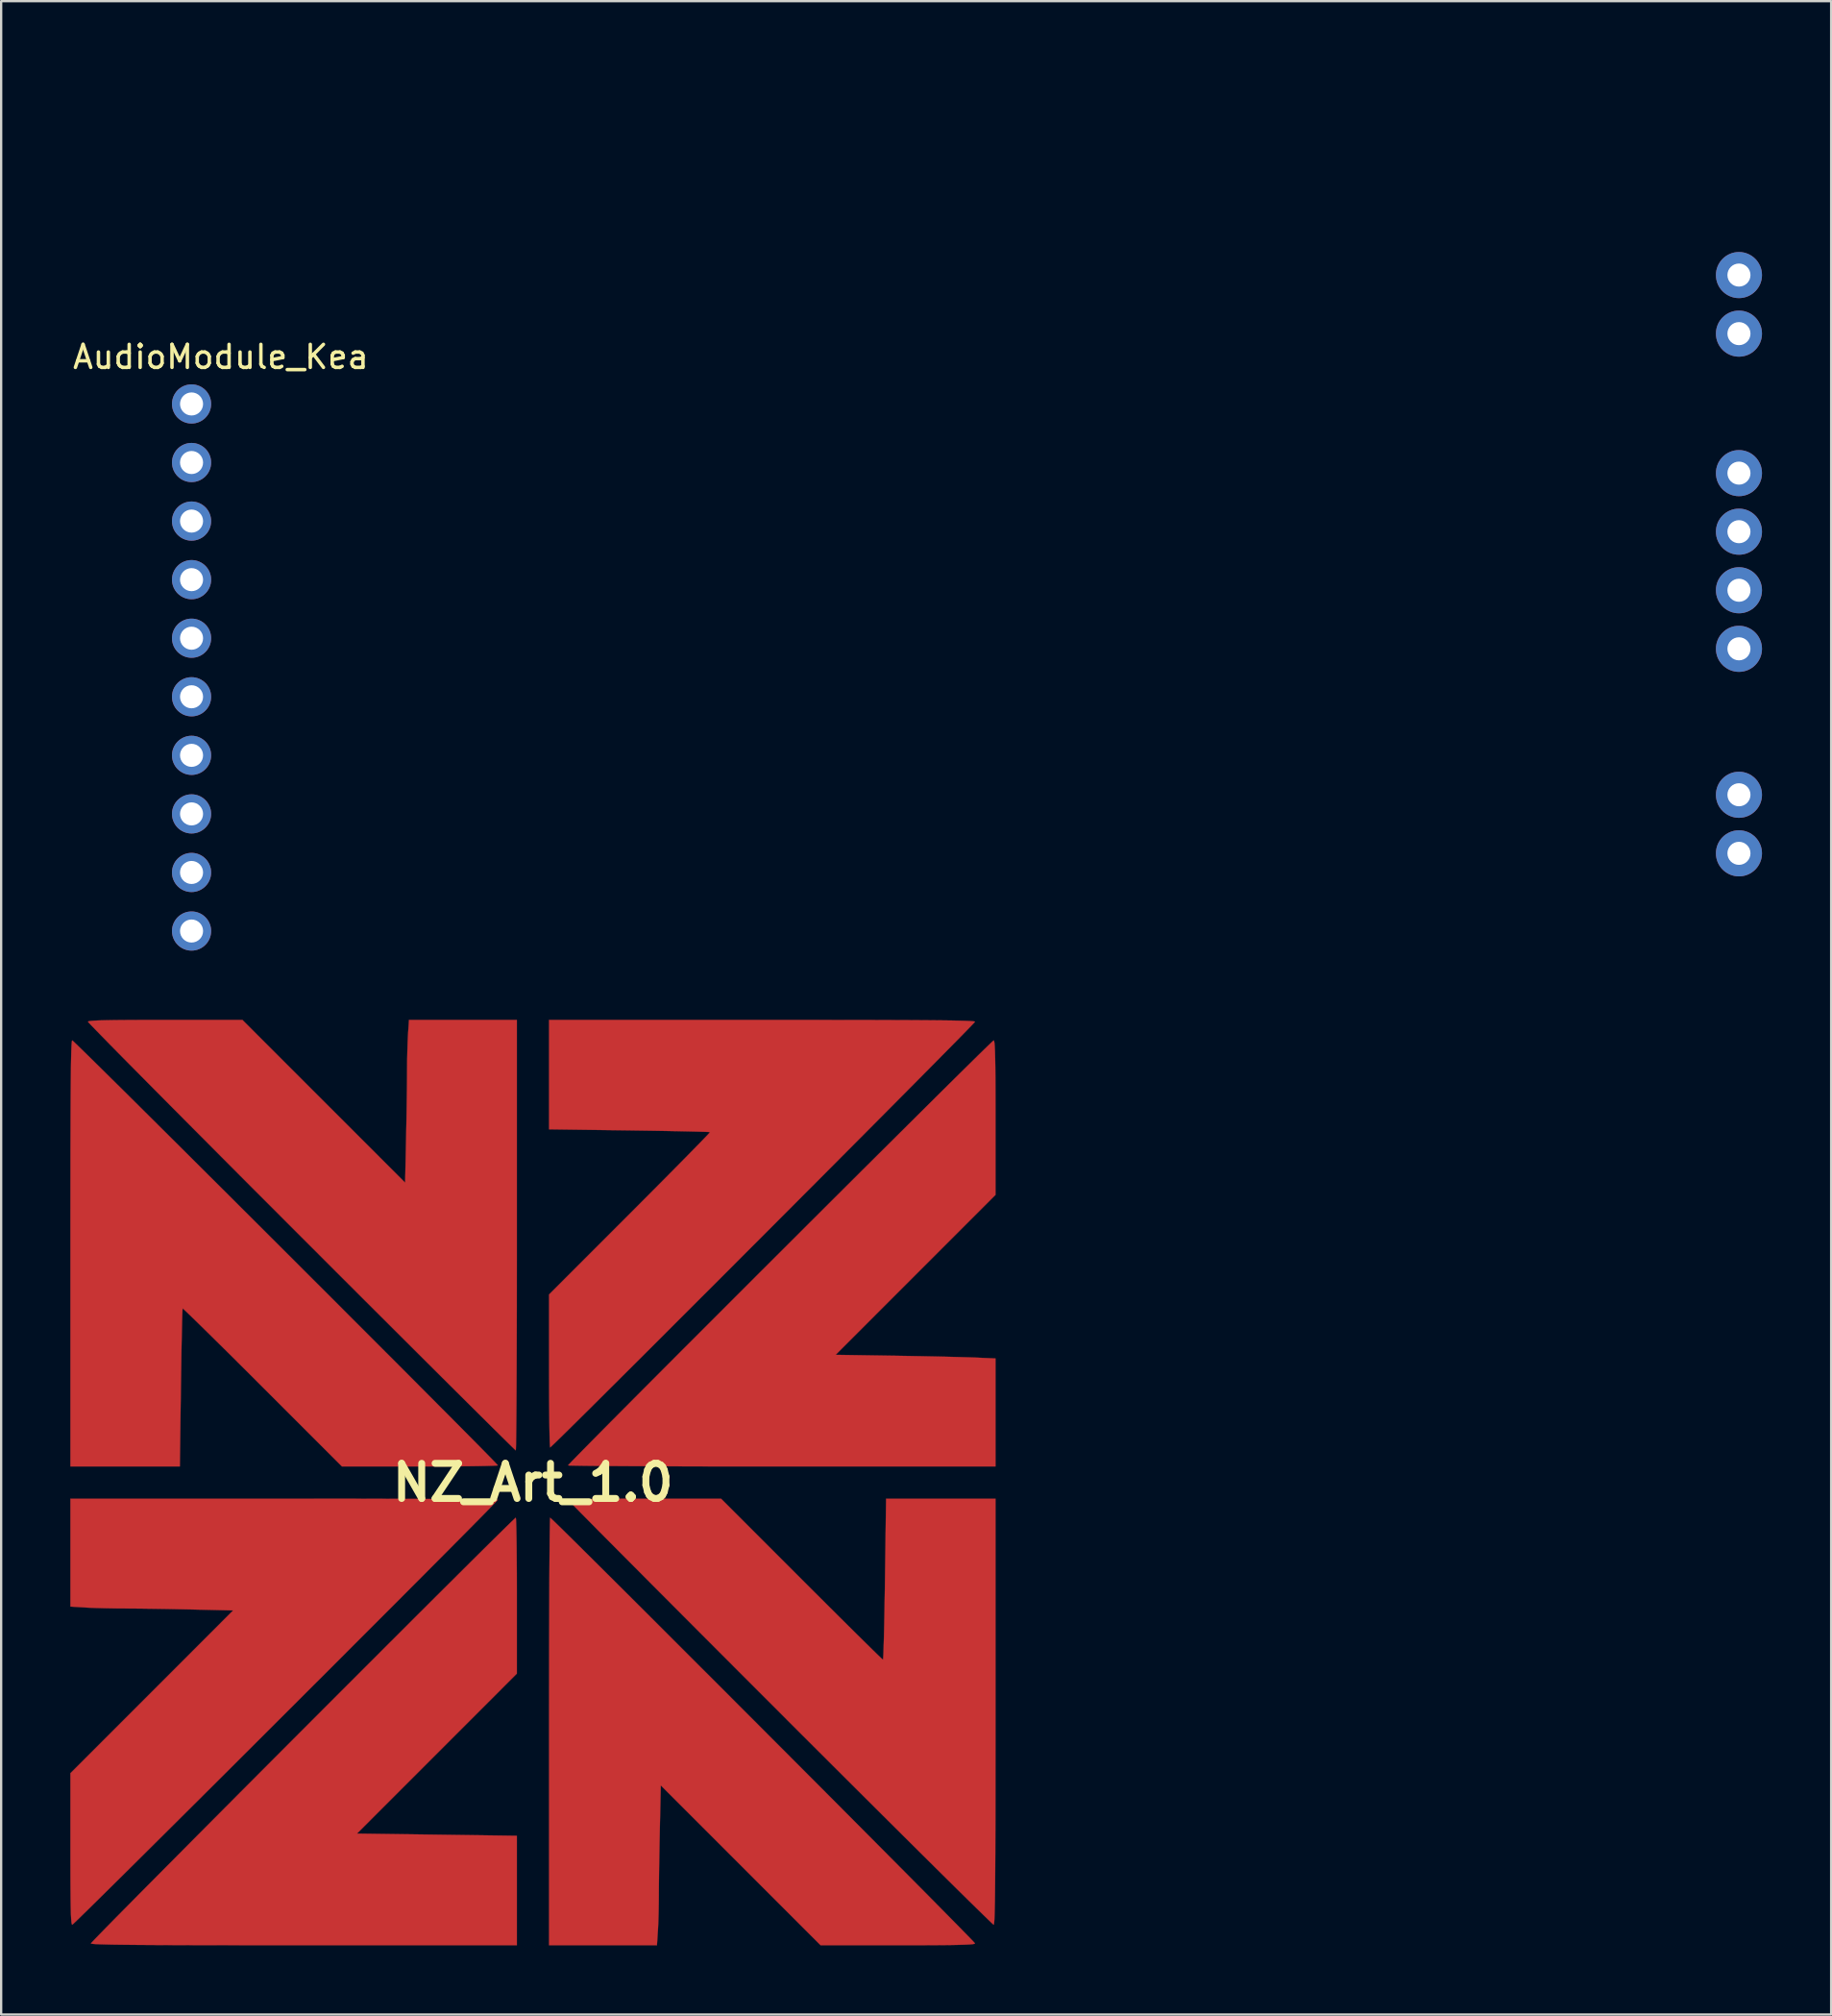
<source format=kicad_pcb>
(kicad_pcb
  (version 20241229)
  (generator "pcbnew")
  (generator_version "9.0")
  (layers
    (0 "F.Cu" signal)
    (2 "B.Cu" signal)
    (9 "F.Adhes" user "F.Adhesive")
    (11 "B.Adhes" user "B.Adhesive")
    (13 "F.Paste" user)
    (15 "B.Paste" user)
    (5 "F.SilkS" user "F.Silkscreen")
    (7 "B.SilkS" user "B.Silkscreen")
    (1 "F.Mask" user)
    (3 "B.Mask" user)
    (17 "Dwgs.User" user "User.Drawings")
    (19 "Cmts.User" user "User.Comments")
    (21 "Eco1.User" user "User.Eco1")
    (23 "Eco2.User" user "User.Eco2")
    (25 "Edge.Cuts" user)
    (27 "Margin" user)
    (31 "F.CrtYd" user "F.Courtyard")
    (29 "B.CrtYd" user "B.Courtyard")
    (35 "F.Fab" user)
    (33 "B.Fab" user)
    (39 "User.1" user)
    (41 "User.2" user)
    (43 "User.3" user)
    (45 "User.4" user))
  (footprint "AudioModule_Kea"
    (layer "F.Cu")
    (at 4.28 0.25)
    (property "Reference" "AudioModule_Kea" (at 2.25 12.18 0) (layer "F.SilkS") (effects (font (size 1 1) (thickness 0.15))))
    (attr through_hole)
    (pad "1" thru_hole circle (at 0.98 14.22) (size 1.7 1.7) (drill 1) (layers "*.Cu" "*.Mask"))
    (pad "2" thru_hole circle (at 0.98 16.76) (size 1.7 1.7) (drill 1) (layers "*.Cu" "*.Mask"))
    (pad "3" thru_hole circle (at 0.98 19.3) (size 1.7 1.7) (drill 1) (layers "*.Cu" "*.Mask"))
    (pad "4" thru_hole circle (at 0.98 21.84) (size 1.7 1.7) (drill 1) (layers "*.Cu" "*.Mask"))
    (pad "5" thru_hole circle (at 0.98 24.38) (size 1.7 1.7) (drill 1) (layers "*.Cu" "*.Mask"))
    (pad "6" thru_hole circle (at 0.98 26.92) (size 1.7 1.7) (drill 1) (layers "*.Cu" "*.Mask"))
    (pad "7" thru_hole circle (at 0.98 29.46) (size 1.7 1.7) (drill 1) (layers "*.Cu" "*.Mask"))
    (pad "8" thru_hole circle (at 0.98 32) (size 1.7 1.7) (drill 1) (layers "*.Cu" "*.Mask"))
    (pad "9" thru_hole circle (at 0.98 34.54) (size 1.7 1.7) (drill 1) (layers "*.Cu" "*.Mask"))
    (pad "10" thru_hole circle (at 0.98 37.08) (size 1.7 1.7) (drill 1) (layers "*.Cu" "*.Mask"))
    (pad "11" thru_hole circle (at 68.11 8.63) (size 2 2) (drill 1) (layers "*.Cu" "*.Mask"))
    (pad "12" thru_hole circle (at 68.11 11.17) (size 2 2) (drill 1) (layers "*.Cu" "*.Mask"))
    (pad "13" thru_hole circle (at 68.11 17.22) (size 2 2) (drill 1) (layers "*.Cu" "*.Mask"))
    (pad "13" thru_hole circle (at 68.11 19.76) (size 2 2) (drill 1) (layers "*.Cu" "*.Mask"))
    (pad "14" thru_hole circle (at 68.11 22.3) (size 2 2) (drill 1) (layers "*.Cu" "*.Mask"))
    (pad "14" thru_hole circle (at 68.11 24.84) (size 2 2) (drill 1) (layers "*.Cu" "*.Mask"))
    (pad "15" thru_hole circle (at 68.11 31.17) (size 2 2) (drill 1) (layers "*.Cu" "*.Mask"))
    (pad "16" thru_hole circle (at 68.11 33.71) (size 2 2) (drill 1) (layers "*.Cu" "*.Mask")))
  (footprint "NZ_Art_1.0"
    (layer "F.Cu")
    (at 20.071 61.251)
    (property "Reference" "NZ_Art_1.0" (at 0 0 0) (layer "F.SilkS") (effects (font (size 1.524 1.524) (thickness 0.3))))
    (attr through_hole)
    (fp_poly (pts (xy -0.737 1.586) (xy -0.729 1.762) (xy -0.721 2.043) (xy -0.714 2.416) (xy -0.708 2.869) (xy -0.704 3.391) (xy -0.7 3.969) (xy -0.699 4.594) (xy -0.699 4.905) (xy -0.699 8.286) (xy -4.167 11.755) (xy -7.635 15.224) (xy -4.167 15.271) (xy -0.699 15.319) (xy -0.699 20.066) (xy -9.938 20.066) (xy -11.248 20.066) (xy -12.436 20.065) (xy -13.507 20.064) (xy -14.467 20.063) (xy -15.321 20.06) (xy -16.073 20.058) (xy -16.73 20.054) (xy -17.296 20.05) (xy -17.776 20.045) (xy -18.176 20.04) (xy -18.501 20.033) (xy -18.755 20.026) (xy -18.945 20.018) (xy -19.075 20.009) (xy -19.151 19.999) (xy -19.177 19.987) (xy -19.177 19.987) (xy -19.133 19.935) (xy -19.004 19.8) (xy -18.795 19.585) (xy -18.512 19.295) (xy -18.16 18.937) (xy -17.743 18.515) (xy -17.267 18.033) (xy -16.737 17.498) (xy -16.158 16.915) (xy -15.535 16.288) (xy -14.874 15.623) (xy -14.179 14.924) (xy -13.456 14.198) (xy -12.71 13.448) (xy -11.945 12.681) (xy -11.167 11.901) (xy -10.382 11.114) (xy -9.594 10.325) (xy -8.808 9.538) (xy -8.03 8.759) (xy -7.264 7.994) (xy -6.516 7.246) (xy -5.791 6.522) (xy -5.095 5.826) (xy -4.431 5.164) (xy -3.805 4.541) (xy -3.223 3.962) (xy -2.69 3.431) (xy -2.21 2.955) (xy -1.789 2.538) (xy -1.432 2.186) (xy -1.144 1.903) (xy -0.93 1.695) (xy -0.796 1.567) (xy -0.746 1.524) (xy -0.737 1.586)) (stroke (width 0.01) (type solid)) (fill yes) (layer "F.Cu"))
    (fp_poly (pts (xy 20.005 -19.152) (xy 20.02 -19.071) (xy 20.033 -18.927) (xy 20.043 -18.71) (xy 20.051 -18.413) (xy 20.058 -18.026) (xy 20.062 -17.542) (xy 20.065 -16.952) (xy 20.066 -16.248) (xy 20.066 -15.828) (xy 20.066 -12.478) (xy 13.129 -5.54) (xy 15.724 -5.5) (xy 16.328 -5.49) (xy 16.928 -5.479) (xy 17.503 -5.467) (xy 18.034 -5.455) (xy 18.501 -5.443) (xy 18.884 -5.432) (xy 19.162 -5.423) (xy 19.193 -5.421) (xy 20.066 -5.383) (xy 20.066 -0.699) (xy 10.795 -0.699) (xy 9.721 -0.699) (xy 8.682 -0.7) (xy 7.685 -0.701) (xy 6.737 -0.703) (xy 5.846 -0.706) (xy 5.019 -0.709) (xy 4.261 -0.712) (xy 3.582 -0.716) (xy 2.986 -0.721) (xy 2.483 -0.725) (xy 2.078 -0.73) (xy 1.778 -0.735) (xy 1.591 -0.74) (xy 1.524 -0.746) (xy 1.524 -0.746) (xy 1.568 -0.797) (xy 1.697 -0.933) (xy 1.906 -1.147) (xy 2.19 -1.436) (xy 2.543 -1.794) (xy 2.961 -2.216) (xy 3.437 -2.696) (xy 3.968 -3.23) (xy 4.548 -3.813) (xy 5.172 -4.439) (xy 5.834 -5.103) (xy 6.53 -5.8) (xy 7.255 -6.525) (xy 8.003 -7.273) (xy 8.768 -8.039) (xy 9.547 -8.817) (xy 10.334 -9.603) (xy 11.124 -10.391) (xy 11.911 -11.177) (xy 12.69 -11.954) (xy 13.457 -12.719) (xy 14.206 -13.465) (xy 14.933 -14.188) (xy 15.631 -14.882) (xy 16.296 -15.543) (xy 16.922 -16.165) (xy 17.505 -16.744) (xy 18.039 -17.273) (xy 18.52 -17.748) (xy 18.942 -18.164) (xy 19.299 -18.516) (xy 19.588 -18.798) (xy 19.802 -19.006) (xy 19.937 -19.134) (xy 19.987 -19.177) (xy 20.005 -19.152)) (stroke (width 0.01) (type solid)) (fill yes) (layer "F.Cu"))
    (fp_poly (pts (xy -9.721 0.699) (xy -8.682 0.7) (xy -7.685 0.701) (xy -6.737 0.703) (xy -5.846 0.706) (xy -5.019 0.709) (xy -4.261 0.712) (xy -3.582 0.716) (xy -2.986 0.721) (xy -2.483 0.725) (xy -2.078 0.73) (xy -1.778 0.735) (xy -1.591 0.74) (xy -1.524 0.746) (xy -1.524 0.746) (xy -1.568 0.797) (xy -1.697 0.933) (xy -1.906 1.147) (xy -2.19 1.436) (xy -2.543 1.794) (xy -2.961 2.216) (xy -3.437 2.696) (xy -3.968 3.23) (xy -4.548 3.813) (xy -5.172 4.439) (xy -5.834 5.103) (xy -6.53 5.8) (xy -7.255 6.525) (xy -8.003 7.273) (xy -8.768 8.039) (xy -9.547 8.817) (xy -10.334 9.603) (xy -11.124 10.391) (xy -11.911 11.177) (xy -12.69 11.954) (xy -13.457 12.719) (xy -14.206 13.465) (xy -14.933 14.188) (xy -15.631 14.882) (xy -16.296 15.543) (xy -16.922 16.165) (xy -17.505 16.744) (xy -18.039 17.273) (xy -18.52 17.748) (xy -18.942 18.164) (xy -19.299 18.516) (xy -19.588 18.798) (xy -19.802 19.006) (xy -19.937 19.134) (xy -19.987 19.177) (xy -20.005 19.152) (xy -20.021 19.071) (xy -20.033 18.926) (xy -20.044 18.709) (xy -20.052 18.41) (xy -20.058 18.022) (xy -20.062 17.535) (xy -20.065 16.943) (xy -20.066 16.235) (xy -20.066 15.891) (xy -20.066 12.605) (xy -16.536 9.075) (xy -13.007 5.545) (xy -14.832 5.503) (xy -15.369 5.492) (xy -15.924 5.481) (xy -16.469 5.473) (xy -16.972 5.466) (xy -17.404 5.462) (xy -17.685 5.461) (xy -18.103 5.458) (xy -18.541 5.45) (xy -18.955 5.439) (xy -19.301 5.425) (xy -19.389 5.42) (xy -20.066 5.378) (xy -20.066 0.699) (xy -10.795 0.699) (xy -9.721 0.699)) (stroke (width 0.01) (type solid)) (fill yes) (layer "F.Cu"))
    (fp_poly (pts (xy -9.075 -16.536) (xy -5.545 -13.007) (xy -5.503 -14.965) (xy -5.492 -15.509) (xy -5.482 -16.064) (xy -5.474 -16.603) (xy -5.467 -17.098) (xy -5.463 -17.523) (xy -5.461 -17.85) (xy -5.461 -17.875) (xy -5.458 -18.277) (xy -5.449 -18.696) (xy -5.437 -19.088) (xy -5.422 -19.405) (xy -5.419 -19.447) (xy -5.378 -20.066) (xy -0.699 -20.066) (xy -0.699 -10.732) (xy -0.699 -9.653) (xy -0.7 -8.611) (xy -0.701 -7.61) (xy -0.703 -6.659) (xy -0.706 -5.764) (xy -0.709 -4.932) (xy -0.712 -4.171) (xy -0.716 -3.486) (xy -0.72 -2.887) (xy -0.725 -2.378) (xy -0.73 -1.968) (xy -0.735 -1.663) (xy -0.74 -1.471) (xy -0.746 -1.397) (xy -0.746 -1.397) (xy -0.795 -1.441) (xy -0.93 -1.571) (xy -1.145 -1.782) (xy -1.438 -2.071) (xy -1.804 -2.433) (xy -2.238 -2.864) (xy -2.737 -3.359) (xy -3.297 -3.915) (xy -3.912 -4.527) (xy -4.579 -5.191) (xy -5.294 -5.904) (xy -6.052 -6.66) (xy -6.849 -7.455) (xy -7.681 -8.286) (xy -8.545 -9.148) (xy -9.434 -10.038) (xy -10.049 -10.652) (xy -10.954 -11.558) (xy -11.835 -12.44) (xy -12.688 -13.294) (xy -13.508 -14.117) (xy -14.291 -14.904) (xy -15.034 -15.65) (xy -15.731 -16.351) (xy -16.379 -17.004) (xy -16.973 -17.604) (xy -17.51 -18.146) (xy -17.985 -18.627) (xy -18.394 -19.042) (xy -18.732 -19.388) (xy -18.996 -19.659) (xy -19.181 -19.851) (xy -19.284 -19.961) (xy -19.304 -19.987) (xy -19.279 -20.005) (xy -19.198 -20.02) (xy -19.054 -20.033) (xy -18.837 -20.043) (xy -18.54 -20.051) (xy -18.153 -20.058) (xy -17.669 -20.062) (xy -17.079 -20.065) (xy -16.375 -20.066) (xy -15.955 -20.066) (xy -12.605 -20.066) (xy -9.075 -16.536)) (stroke (width 0.01) (type solid)) (fill yes) (layer "F.Cu"))
    (fp_poly (pts (xy 0.797 1.568) (xy 0.933 1.697) (xy 1.147 1.906) (xy 1.436 2.19) (xy 1.794 2.543) (xy 2.216 2.961) (xy 2.696 3.437) (xy 3.23 3.968) (xy 3.813 4.548) (xy 4.439 5.172) (xy 5.103 5.834) (xy 5.8 6.53) (xy 6.525 7.255) (xy 7.273 8.003) (xy 8.039 8.768) (xy 8.817 9.547) (xy 9.603 10.334) (xy 10.391 11.124) (xy 11.177 11.911) (xy 11.954 12.69) (xy 12.719 13.457) (xy 13.465 14.206) (xy 14.188 14.933) (xy 14.882 15.631) (xy 15.543 16.296) (xy 16.165 16.922) (xy 16.744 17.505) (xy 17.273 18.039) (xy 17.748 18.52) (xy 18.164 18.942) (xy 18.516 19.299) (xy 18.798 19.588) (xy 19.006 19.802) (xy 19.134 19.937) (xy 19.177 19.987) (xy 19.152 20.005) (xy 19.071 20.02) (xy 18.927 20.033) (xy 18.71 20.043) (xy 18.413 20.051) (xy 18.026 20.058) (xy 17.542 20.062) (xy 16.952 20.065) (xy 16.248 20.066) (xy 15.828 20.066) (xy 12.478 20.066) (xy 5.545 13.134) (xy 5.503 15.055) (xy 5.492 15.593) (xy 5.482 16.142) (xy 5.473 16.673) (xy 5.467 17.16) (xy 5.462 17.575) (xy 5.461 17.892) (xy 5.461 17.901) (xy 5.457 18.3) (xy 5.449 18.718) (xy 5.436 19.108) (xy 5.421 19.423) (xy 5.419 19.447) (xy 5.378 20.066) (xy 0.699 20.066) (xy 0.699 10.795) (xy 0.699 9.721) (xy 0.7 8.682) (xy 0.701 7.685) (xy 0.703 6.737) (xy 0.706 5.846) (xy 0.709 5.019) (xy 0.712 4.261) (xy 0.716 3.582) (xy 0.721 2.986) (xy 0.725 2.483) (xy 0.73 2.078) (xy 0.735 1.778) (xy 0.74 1.591) (xy 0.746 1.524) (xy 0.746 1.524) (xy 0.797 1.568)) (stroke (width 0.01) (type solid)) (fill yes) (layer "F.Cu"))
    (fp_poly (pts (xy 11.652 4.191) (xy 12.204 4.743) (xy 12.73 5.267) (xy 13.224 5.759) (xy 13.678 6.209) (xy 14.085 6.613) (xy 14.439 6.962) (xy 14.732 7.25) (xy 14.958 7.471) (xy 15.11 7.617) (xy 15.181 7.681) (xy 15.185 7.684) (xy 15.193 7.622) (xy 15.203 7.445) (xy 15.213 7.164) (xy 15.224 6.79) (xy 15.235 6.335) (xy 15.246 5.81) (xy 15.256 5.227) (xy 15.267 4.598) (xy 15.272 4.191) (xy 15.32 0.699) (xy 20.066 0.699) (xy 20.066 9.938) (xy 20.066 11.248) (xy 20.065 12.436) (xy 20.064 13.507) (xy 20.063 14.467) (xy 20.06 15.321) (xy 20.058 16.073) (xy 20.054 16.73) (xy 20.05 17.296) (xy 20.045 17.776) (xy 20.04 18.176) (xy 20.033 18.501) (xy 20.026 18.755) (xy 20.018 18.945) (xy 20.009 19.075) (xy 19.999 19.151) (xy 19.987 19.177) (xy 19.987 19.177) (xy 19.935 19.133) (xy 19.797 19.003) (xy 19.578 18.791) (xy 19.283 18.503) (xy 18.914 18.141) (xy 18.477 17.71) (xy 17.976 17.215) (xy 17.415 16.66) (xy 16.798 16.048) (xy 16.129 15.384) (xy 15.413 14.672) (xy 14.655 13.917) (xy 13.857 13.122) (xy 13.025 12.292) (xy 12.162 11.431) (xy 11.274 10.544) (xy 10.716 9.985) (xy 9.814 9.083) (xy 8.936 8.205) (xy 8.087 7.354) (xy 7.27 6.536) (xy 6.49 5.754) (xy 5.751 5.013) (xy 5.057 4.317) (xy 4.413 3.669) (xy 3.822 3.076) (xy 3.289 2.539) (xy 2.818 2.065) (xy 2.414 1.656) (xy 2.079 1.318) (xy 1.82 1.054) (xy 1.639 0.868) (xy 1.541 0.766) (xy 1.524 0.746) (xy 1.586 0.737) (xy 1.762 0.728) (xy 2.043 0.721) (xy 2.415 0.714) (xy 2.866 0.708) (xy 3.387 0.703) (xy 3.963 0.7) (xy 4.584 0.699) (xy 4.842 0.699) (xy 8.16 0.699) (xy 11.652 4.191)) (stroke (width 0.01) (type solid)) (fill yes) (layer "F.Cu"))
    (fp_poly (pts (xy -19.935 -19.133) (xy -19.8 -19.004) (xy -19.585 -18.795) (xy -19.295 -18.512) (xy -18.937 -18.16) (xy -18.515 -17.743) (xy -18.033 -17.267) (xy -17.498 -16.737) (xy -16.915 -16.158) (xy -16.288 -15.535) (xy -15.623 -14.874) (xy -14.924 -14.179) (xy -14.198 -13.456) (xy -13.448 -12.71) (xy -12.681 -11.945) (xy -11.901 -11.167) (xy -11.114 -10.382) (xy -10.325 -9.594) (xy -9.538 -8.808) (xy -8.759 -8.03) (xy -7.994 -7.264) (xy -7.246 -6.516) (xy -6.522 -5.791) (xy -5.826 -5.095) (xy -5.164 -4.431) (xy -4.541 -3.805) (xy -3.962 -3.223) (xy -3.431 -2.69) (xy -2.955 -2.21) (xy -2.538 -1.789) (xy -2.186 -1.432) (xy -1.903 -1.144) (xy -1.695 -0.93) (xy -1.567 -0.796) (xy -1.524 -0.746) (xy -1.586 -0.737) (xy -1.762 -0.729) (xy -2.043 -0.721) (xy -2.416 -0.714) (xy -2.869 -0.708) (xy -3.391 -0.704) (xy -3.969 -0.7) (xy -4.594 -0.699) (xy -4.905 -0.699) (xy -8.286 -0.699) (xy -11.729 -4.141) (xy -12.276 -4.687) (xy -12.798 -5.207) (xy -13.286 -5.692) (xy -13.735 -6.135) (xy -14.136 -6.531) (xy -14.484 -6.872) (xy -14.77 -7.152) (xy -14.989 -7.363) (xy -15.134 -7.499) (xy -15.197 -7.553) (xy -15.199 -7.554) (xy -15.205 -7.487) (xy -15.213 -7.304) (xy -15.221 -7.018) (xy -15.23 -6.64) (xy -15.24 -6.183) (xy -15.25 -5.656) (xy -15.259 -5.073) (xy -15.269 -4.446) (xy -15.274 -4.112) (xy -15.32 -0.699) (xy -20.066 -0.699) (xy -20.066 -9.938) (xy -20.066 -11.248) (xy -20.065 -12.436) (xy -20.064 -13.507) (xy -20.063 -14.467) (xy -20.06 -15.321) (xy -20.058 -16.073) (xy -20.054 -16.73) (xy -20.05 -17.296) (xy -20.045 -17.776) (xy -20.04 -18.176) (xy -20.033 -18.501) (xy -20.026 -18.755) (xy -20.018 -18.945) (xy -20.009 -19.075) (xy -19.999 -19.151) (xy -19.987 -19.177) (xy -19.987 -19.177) (xy -19.935 -19.133)) (stroke (width 0.01) (type solid)) (fill yes) (layer "F.Cu"))
    (fp_poly (pts (xy 11.248 -20.066) (xy 12.436 -20.065) (xy 13.507 -20.064) (xy 14.467 -20.063) (xy 15.321 -20.06) (xy 16.073 -20.058) (xy 16.73 -20.054) (xy 17.296 -20.05) (xy 17.776 -20.045) (xy 18.176 -20.04) (xy 18.501 -20.033) (xy 18.755 -20.026) (xy 18.945 -20.018) (xy 19.075 -20.009) (xy 19.151 -19.999) (xy 19.177 -19.987) (xy 19.177 -19.987) (xy 19.133 -19.935) (xy 19.004 -19.8) (xy 18.795 -19.585) (xy 18.512 -19.295) (xy 18.16 -18.937) (xy 17.743 -18.515) (xy 17.267 -18.033) (xy 16.737 -17.498) (xy 16.158 -16.915) (xy 15.535 -16.288) (xy 14.874 -15.623) (xy 14.179 -14.924) (xy 13.456 -14.198) (xy 12.71 -13.448) (xy 11.945 -12.681) (xy 11.167 -11.901) (xy 10.382 -11.114) (xy 9.594 -10.325) (xy 8.808 -9.538) (xy 8.03 -8.759) (xy 7.264 -7.994) (xy 6.516 -7.246) (xy 5.791 -6.522) (xy 5.095 -5.826) (xy 4.431 -5.164) (xy 3.805 -4.541) (xy 3.223 -3.962) (xy 2.69 -3.431) (xy 2.21 -2.955) (xy 1.789 -2.538) (xy 1.432 -2.186) (xy 1.144 -1.903) (xy 0.93 -1.695) (xy 0.796 -1.567) (xy 0.746 -1.524) (xy 0.737 -1.586) (xy 0.728 -1.762) (xy 0.721 -2.043) (xy 0.714 -2.415) (xy 0.708 -2.866) (xy 0.703 -3.387) (xy 0.7 -3.963) (xy 0.699 -4.584) (xy 0.699 -4.842) (xy 0.699 -8.159) (xy 4.204 -11.665) (xy 4.756 -12.218) (xy 5.281 -12.745) (xy 5.771 -13.238) (xy 6.22 -13.692) (xy 6.622 -14.099) (xy 6.969 -14.453) (xy 7.255 -14.746) (xy 7.473 -14.972) (xy 7.617 -15.124) (xy 7.679 -15.195) (xy 7.681 -15.2) (xy 7.614 -15.206) (xy 7.431 -15.213) (xy 7.145 -15.221) (xy 6.766 -15.23) (xy 6.308 -15.24) (xy 5.78 -15.25) (xy 5.195 -15.26) (xy 4.564 -15.269) (xy 4.175 -15.275) (xy 0.699 -15.321) (xy 0.699 -20.066) (xy 9.938 -20.066) (xy 11.248 -20.066)) (stroke (width 0.01) (type solid)) (fill yes) (layer "F.Cu")))
  (gr_rect
    (start -3 -3)
    (end 76.39 84.322)
    (stroke (width 0.1) (type default))
    (fill no)
    (layer "Edge.Cuts")))
</source>
